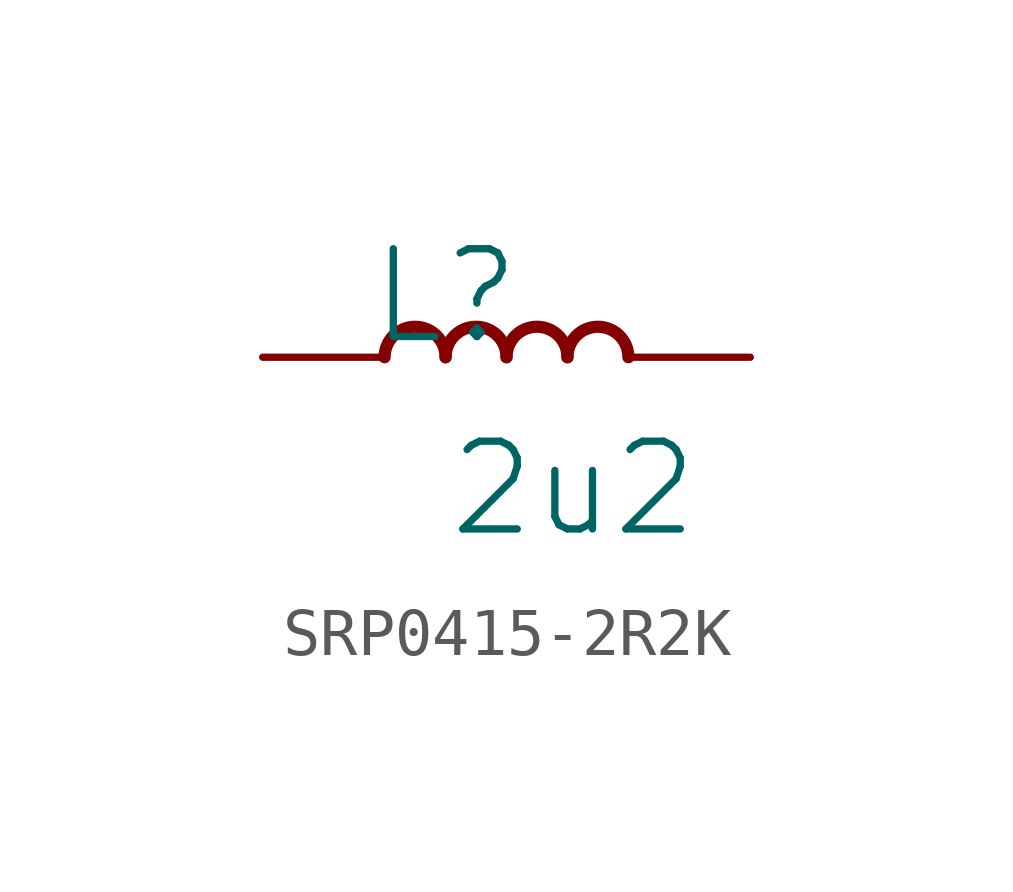
<source format=kicad_sym>
(kicad_symbol_lib
  (version 20231120)
  (generator "kicad_symbol_editor")
  (generator_version "8.0")
  (symbol "SRP0415-2R2K"
    (property "Reference" "L"
      (at -1.27 1.27 0)
      (effects (font (size 1.829 1.829))))
    (property "Value" "2u2"
      (at -1.27 -3.81 0)
      (effects (font (size 1.829 1.829)) (justify left bottom)))
    (symbol "SRP0415-2R2K_1_0"
      (arc (start -1.27 0) (mid -1.905 0.635) (end -2.54 0) (stroke (width 0.254) (type solid)) (fill (type none)))
      (arc (start 0 0) (mid -0.635 0.635) (end -1.27 0) (stroke (width 0.254) (type solid)) (fill (type none)))
      (arc (start 1.27 0) (mid 0.635 0.635) (end 0 0) (stroke (width 0.254) (type solid)) (fill (type none)))
      (arc (start 2.54 0) (mid 1.905 0.635) (end 1.27 0) (stroke (width 0.254) (type solid)) (fill (type none)))
      (pin passive line (at -5.08 0 0) (length 2.54) (name "1" (effects (font (size 0 0)))) (number "1" (effects (font (size 0 0)))))
      (pin passive line (at 5.08 0 180) (length 2.54) (name "2" (effects (font (size 0 0)))) (number "2" (effects (font (size 0 0))))))))
</source>
